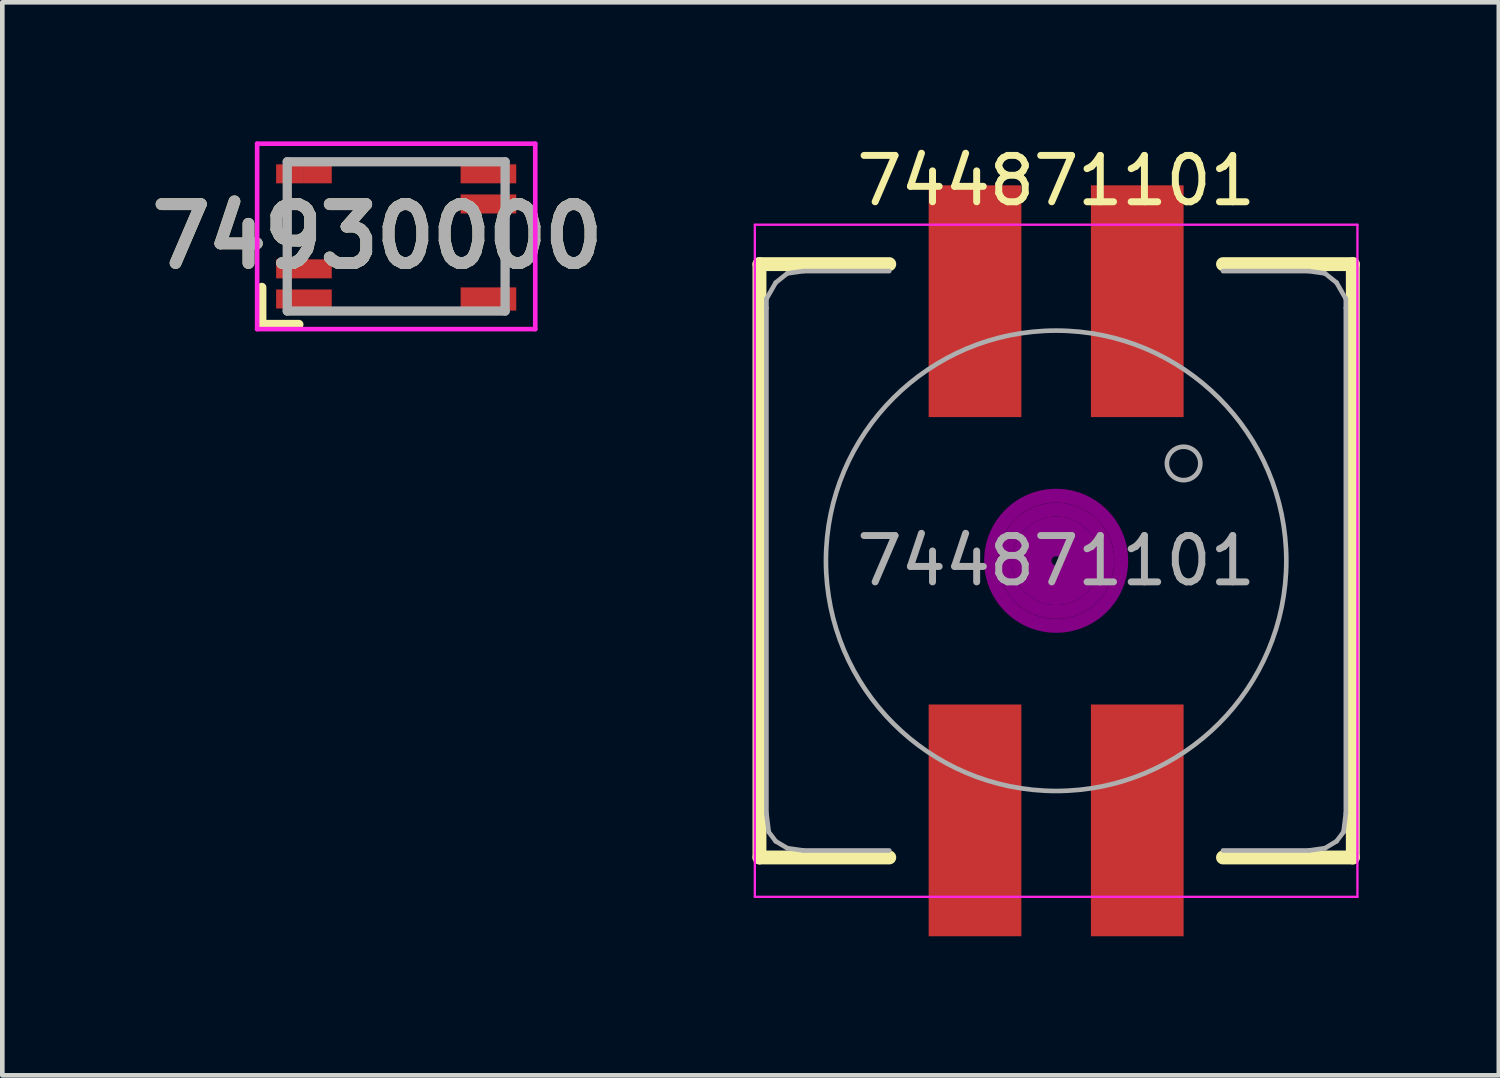
<source format=kicad_pcb>
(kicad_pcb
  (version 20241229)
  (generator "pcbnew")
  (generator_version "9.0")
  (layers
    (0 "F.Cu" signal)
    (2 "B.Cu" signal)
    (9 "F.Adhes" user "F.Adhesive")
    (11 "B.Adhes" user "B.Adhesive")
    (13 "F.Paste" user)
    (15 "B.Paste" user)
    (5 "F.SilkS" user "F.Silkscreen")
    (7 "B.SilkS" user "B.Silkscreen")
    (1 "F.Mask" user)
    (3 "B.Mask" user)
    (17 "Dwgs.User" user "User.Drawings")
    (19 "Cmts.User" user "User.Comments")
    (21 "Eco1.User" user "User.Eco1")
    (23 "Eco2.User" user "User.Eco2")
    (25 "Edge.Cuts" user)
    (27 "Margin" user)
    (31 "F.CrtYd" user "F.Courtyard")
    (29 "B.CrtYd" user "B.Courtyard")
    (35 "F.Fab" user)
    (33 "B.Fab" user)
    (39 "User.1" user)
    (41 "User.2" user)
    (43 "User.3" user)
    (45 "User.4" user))
  (footprint "74930000"
    (layer "F.Cu")
    (at 5.497 2.05)
    (property "Reference" "74930000" (at -0.405 0 0) (layer "F.SilkS") (effects (font (size 1.27 1.27) (thickness 0.254))))
    (attr smd)
    (fp_line (start -2.9 1.1) (end -2.9 1.9) (stroke (width 0.2) (type default)) (layer "F.SilkS"))
    (fp_line (start -2.9 1.9) (end -2.1 1.9) (stroke (width 0.2) (type default)) (layer "F.SilkS"))
    (fp_line (start -2.35 -0.75) (end -2.35 -0.75) (stroke (width 0.1) (type solid)) (layer "F.SilkS"))
    (fp_line (start -2.35 -0.75) (end -2.35 0) (stroke (width 0.1) (type solid)) (layer "F.SilkS"))
    (fp_line (start -2.35 0) (end -2.35 -0.75) (stroke (width 0.1) (type solid)) (layer "F.SilkS"))
    (fp_line (start -2.35 0) (end -2.35 0) (stroke (width 0.1) (type solid)) (layer "F.SilkS"))
    (fp_line (start -1 -1.61) (end -1 -1.61) (stroke (width 0.1) (type solid)) (layer "F.SilkS"))
    (fp_line (start -1 -1.61) (end 1 -1.61) (stroke (width 0.1) (type solid)) (layer "F.SilkS"))
    (fp_line (start -1 1.61) (end -1 1.61) (stroke (width 0.1) (type solid)) (layer "F.SilkS"))
    (fp_line (start -1 1.61) (end 1 1.61) (stroke (width 0.1) (type solid)) (layer "F.SilkS"))
    (fp_line (start 1 -1.61) (end -1 -1.61) (stroke (width 0.1) (type solid)) (layer "F.SilkS"))
    (fp_line (start 1 -1.61) (end 1 -1.61) (stroke (width 0.1) (type solid)) (layer "F.SilkS"))
    (fp_line (start 1 1.61) (end -1 1.61) (stroke (width 0.1) (type solid)) (layer "F.SilkS"))
    (fp_line (start 1 1.61) (end 1 1.61) (stroke (width 0.1) (type solid)) (layer "F.SilkS"))
    (fp_line (start 2.35 0) (end 2.35 0) (stroke (width 0.1) (type solid)) (layer "F.SilkS"))
    (fp_line (start 2.35 0) (end 2.35 0.75) (stroke (width 0.1) (type solid)) (layer "F.SilkS"))
    (fp_line (start 2.35 0.75) (end 2.35 0) (stroke (width 0.1) (type solid)) (layer "F.SilkS"))
    (fp_line (start 2.35 0.75) (end 2.35 0.75) (stroke (width 0.1) (type solid)) (layer "F.SilkS"))
    (fp_line (start -3 -2) (end 3 -2) (stroke (width 0.1) (type solid)) (layer "F.CrtYd"))
    (fp_line (start -3 2) (end -3 -2) (stroke (width 0.1) (type solid)) (layer "F.CrtYd"))
    (fp_line (start 3 -2) (end 3 2) (stroke (width 0.1) (type solid)) (layer "F.CrtYd"))
    (fp_line (start 3 2) (end -3 2) (stroke (width 0.1) (type solid)) (layer "F.CrtYd"))
    (fp_line (start -2.35 -1.61) (end -2.35 1.61) (stroke (width 0.2) (type solid)) (layer "F.Fab"))
    (fp_line (start -2.35 1.61) (end 2.35 1.61) (stroke (width 0.2) (type solid)) (layer "F.Fab"))
    (fp_line (start 2.35 -1.61) (end -2.35 -1.61) (stroke (width 0.2) (type solid)) (layer "F.Fab"))
    (fp_line (start 2.35 1.61) (end 2.35 -1.61) (stroke (width 0.2) (type solid)) (layer "F.Fab"))
    (fp_text user "${REFERENCE}" (at -0.405 0 0) (layer "F.Fab") (effects (font (size 1.27 1.27) (thickness 0.254))))
    (pad "1" smd rect (at -1.99 1.35 90) (size 0.41 1.2) (layers "F.Cu" "F.Mask" "F.Paste"))
    (pad "2" smd rect (at -1.99 0.7 90) (size 0.41 1.2) (layers "F.Cu" "F.Mask" "F.Paste"))
    (pad "3" smd rect (at -2.29 -1.35 90) (size 0.41 0.6) (layers "F.Cu" "F.Mask" "F.Paste"))
    (pad "4" smd rect (at -1.69 -1.35 90) (size 0.41 0.6) (layers "F.Cu" "F.Mask" "F.Paste"))
    (pad "5" smd rect (at 1.99 1.35 90) (size 0.5 1.2) (layers "F.Cu" "F.Mask" "F.Paste"))
    (pad "6" smd rect (at 1.99 -0.7 90) (size 0.41 1.2) (layers "F.Cu" "F.Mask" "F.Paste"))
    (pad "7" smd rect (at 1.99 -1.35 90) (size 0.41 1.2) (layers "F.Cu" "F.Mask" "F.Paste")))
  (footprint "744871101"
    (layer "F.Cu")
    (at 19.734 9.048)
    (property "Reference" "744871101" (at 0 -8.2 0) (layer "F.SilkS") (effects (font (size 1 1) (thickness 0.15))))
    (attr smd)
    (fp_line (start -6.4 -6.4) (end -3.6 -6.4) (stroke (width 0.3) (type solid)) (layer "F.SilkS"))
    (fp_line (start -6.4 6.4) (end -6.4 -6.4) (stroke (width 0.3) (type solid)) (layer "F.SilkS"))
    (fp_line (start -3.6 6.4) (end -6.4 6.4) (stroke (width 0.3) (type solid)) (layer "F.SilkS"))
    (fp_line (start 3.6 -6.4) (end 6.4 -6.4) (stroke (width 0.3) (type solid)) (layer "F.SilkS"))
    (fp_line (start 6.4 -6.4) (end 6.4 6.4) (stroke (width 0.3) (type solid)) (layer "F.SilkS"))
    (fp_line (start 6.4 6.4) (end 3.6 6.4) (stroke (width 0.3) (type solid)) (layer "F.SilkS"))
    (fp_circle (center 0 0) (end 0.1 0) (stroke (width 0.3) (type solid)) (fill no) (layer "F.Adhes"))
    (fp_circle (center 0 0) (end 0.3 0.1) (stroke (width 0.3) (type solid)) (fill no) (layer "F.Adhes"))
    (fp_circle (center 0 0) (end 0.6 0) (stroke (width 0.3) (type solid)) (fill no) (layer "F.Adhes"))
    (fp_circle (center 0 0) (end 0.8 -0.1) (stroke (width 0.3) (type solid)) (fill no) (layer "F.Adhes"))
    (fp_circle (center 0 0) (end 1.1 -0.1) (stroke (width 0.3) (type solid)) (fill no) (layer "F.Adhes"))
    (fp_circle (center 0 0) (end 1.4 -0.1) (stroke (width 0.3) (type solid)) (fill no) (layer "F.Adhes"))
    (fp_line (start -6.5 -7.25) (end 6.5 -7.25) (stroke (width 0.05) (type solid)) (layer "F.CrtYd"))
    (fp_line (start -6.5 7.25) (end -6.5 -7.25) (stroke (width 0.05) (type solid)) (layer "F.CrtYd"))
    (fp_line (start 6.5 -7.25) (end 6.5 7.25) (stroke (width 0.05) (type solid)) (layer "F.CrtYd"))
    (fp_line (start 6.5 7.25) (end -6.5 7.25) (stroke (width 0.05) (type solid)) (layer "F.CrtYd"))
    (fp_line (start -6.25 -5.65) (end -6.25 -5.45) (stroke (width 0.1) (type solid)) (layer "F.Fab"))
    (fp_line (start -6.25 -5.45) (end -6.25 5.45) (stroke (width 0.1) (type solid)) (layer "F.Fab"))
    (fp_line (start -6.2 5.85) (end -6.25 5.45) (stroke (width 0.1) (type solid)) (layer "F.Fab"))
    (fp_line (start -6.05 -6) (end -6.25 -5.65) (stroke (width 0.1) (type solid)) (layer "F.Fab"))
    (fp_line (start -6.05 6.05) (end -6.2 5.85) (stroke (width 0.1) (type solid)) (layer "F.Fab"))
    (fp_line (start -5.8 -6.2) (end -6.05 -6) (stroke (width 0.1) (type solid)) (layer "F.Fab"))
    (fp_line (start -5.8 6.2) (end -6.05 6.05) (stroke (width 0.1) (type solid)) (layer "F.Fab"))
    (fp_line (start -5.45 -6.25) (end -5.8 -6.2) (stroke (width 0.1) (type solid)) (layer "F.Fab"))
    (fp_line (start -5.45 6.25) (end -5.8 6.2) (stroke (width 0.1) (type solid)) (layer "F.Fab"))
    (fp_line (start -3.6 -6.25) (end -5.45 -6.25) (stroke (width 0.1) (type solid)) (layer "F.Fab"))
    (fp_line (start -3.6 6.25) (end -5.45 6.25) (stroke (width 0.1) (type solid)) (layer "F.Fab"))
    (fp_line (start 3.6 -6.25) (end 5.45 -6.25) (stroke (width 0.1) (type solid)) (layer "F.Fab"))
    (fp_line (start 3.6 6.25) (end 5.45 6.25) (stroke (width 0.1) (type solid)) (layer "F.Fab"))
    (fp_line (start 5.45 -6.25) (end 5.8 -6.2) (stroke (width 0.1) (type solid)) (layer "F.Fab"))
    (fp_line (start 5.45 6.25) (end 5.8 6.2) (stroke (width 0.1) (type solid)) (layer "F.Fab"))
    (fp_line (start 5.8 -6.2) (end 6.05 -6) (stroke (width 0.1) (type solid)) (layer "F.Fab"))
    (fp_line (start 5.8 6.2) (end 6.05 6.05) (stroke (width 0.1) (type solid)) (layer "F.Fab"))
    (fp_line (start 6.05 -6) (end 6.25 -5.65) (stroke (width 0.1) (type solid)) (layer "F.Fab"))
    (fp_line (start 6.05 6.05) (end 6.2 5.85) (stroke (width 0.1) (type solid)) (layer "F.Fab"))
    (fp_line (start 6.2 5.85) (end 6.25 5.45) (stroke (width 0.1) (type solid)) (layer "F.Fab"))
    (fp_line (start 6.25 -5.65) (end 6.25 -5.45) (stroke (width 0.1) (type solid)) (layer "F.Fab"))
    (fp_line (start 6.25 -5.45) (end 6.25 5.45) (stroke (width 0.1) (type solid)) (layer "F.Fab"))
    (fp_circle (center 0 0) (end 2.1 4.5) (stroke (width 0.1) (type solid)) (fill no) (layer "F.Fab"))
    (fp_circle (center 2.75 -2.1) (end 3.05 -1.9) (stroke (width 0.1) (type solid)) (fill no) (layer "F.Fab"))
    (fp_text user "${REFERENCE}" (at 0 0 0) (layer "F.Fab") (effects (font (size 1 1) (thickness 0.15))))
    (pad "1" smd rect (at -1.75 -5.6) (size 2 5) (layers "F.Cu" "F.Mask" "F.Paste"))
    (pad "2" smd rect (at 1.75 -5.6) (size 2 5) (layers "F.Cu" "F.Mask" "F.Paste"))
    (pad "3" smd rect (at 1.75 5.6) (size 2 5) (layers "F.Cu" "F.Mask" "F.Paste"))
    (pad "4" smd rect (at -1.75 5.6) (size 2 5) (layers "F.Cu" "F.Mask" "F.Paste")))
  (gr_rect
    (start -3 -3)
    (end 29.284 20.148)
    (stroke (width 0.1) (type default))
    (fill no)
    (layer "Edge.Cuts")))
</source>
